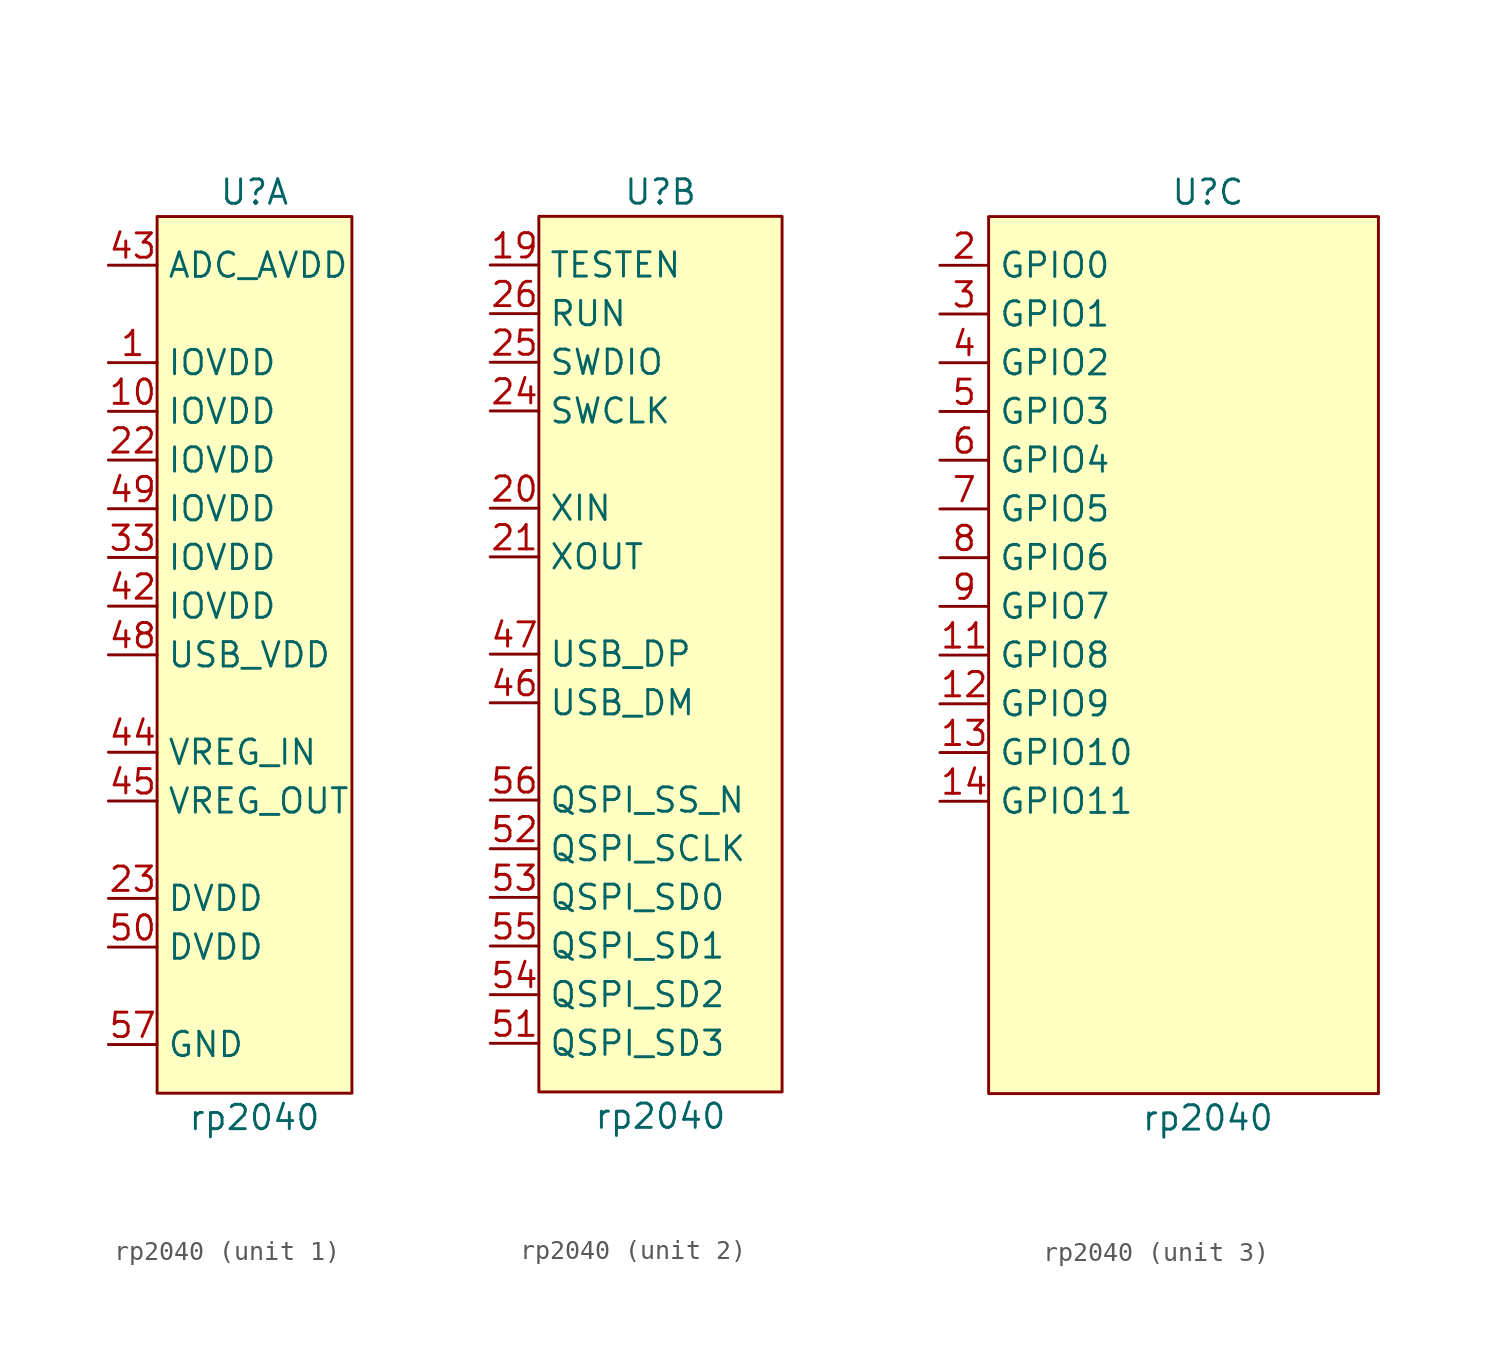
<source format=kicad_sym>
(kicad_symbol_lib
  (version 20211014)
  (generator kicad_symbol_editor)
  (symbol "rp2040"
    (property "Reference" "U"
      (at 0 24.13 0)
      (effects (font (size 1.27 1.27))))
    (property "Value" "rp2040"
      (at 0 -24.13 0)
      (effects (font (size 1.27 1.27))))
    (property "ki_locked" ""
      (at 0 0 0)
      (effects (font (size 1.27 1.27))))
    (symbol "rp2040_1_1"
      (rectangle (start -5.08 22.86) (end 5.08 -22.86) (stroke (width 0) (type default) (color 0 0 0 0)) (fill (type background)))
      (pin power_in line (at -7.62 15.24 0) (length 2.54) (name "IOVDD" (effects (font (size 1.27 1.27)))) (number "1" (effects (font (size 1.27 1.27)))))
      (pin power_in line (at -7.62 12.7 0) (length 2.54) (name "IOVDD" (effects (font (size 1.27 1.27)))) (number "10" (effects (font (size 1.27 1.27)))))
      (pin power_in line (at -7.62 10.16 0) (length 2.54) (name "IOVDD" (effects (font (size 1.27 1.27)))) (number "22" (effects (font (size 1.27 1.27)))))
      (pin power_in line (at -7.62 -12.7 0) (length 2.54) (name "DVDD" (effects (font (size 1.27 1.27)))) (number "23" (effects (font (size 1.27 1.27)))))
      (pin power_in line (at -7.62 5.08 0) (length 2.54) (name "IOVDD" (effects (font (size 1.27 1.27)))) (number "33" (effects (font (size 1.27 1.27)))))
      (pin power_in line (at -7.62 2.54 0) (length 2.54) (name "IOVDD" (effects (font (size 1.27 1.27)))) (number "42" (effects (font (size 1.27 1.27)))))
      (pin power_in line (at -7.62 20.32 0) (length 2.54) (name "ADC_AVDD" (effects (font (size 1.27 1.27)))) (number "43" (effects (font (size 1.27 1.27)))))
      (pin power_in line (at -7.62 -5.08 0) (length 2.54) (name "VREG_IN" (effects (font (size 1.27 1.27)))) (number "44" (effects (font (size 1.27 1.27)))))
      (pin power_out line (at -7.62 -7.62 0) (length 2.54) (name "VREG_OUT" (effects (font (size 1.27 1.27)))) (number "45" (effects (font (size 1.27 1.27)))))
      (pin power_in line (at -7.62 0 0) (length 2.54) (name "USB_VDD" (effects (font (size 1.27 1.27)))) (number "48" (effects (font (size 1.27 1.27)))))
      (pin power_in line (at -7.62 7.62 0) (length 2.54) (name "IOVDD" (effects (font (size 1.27 1.27)))) (number "49" (effects (font (size 1.27 1.27)))))
      (pin power_in line (at -7.62 -15.24 0) (length 2.54) (name "DVDD" (effects (font (size 1.27 1.27)))) (number "50" (effects (font (size 1.27 1.27)))))
      (pin power_in line (at -7.62 -20.32 0) (length 2.54) (name "GND" (effects (font (size 1.27 1.27)))) (number "57" (effects (font (size 1.27 1.27))))))
    (symbol "rp2040_2_1"
      (rectangle (start -6.35 22.86) (end 6.35 -22.86) (stroke (width 0) (type default) (color 0 0 0 0)) (fill (type background)))
      (pin input line (at -8.89 20.32 0) (length 2.54) (name "TESTEN" (effects (font (size 1.27 1.27)))) (number "19" (effects (font (size 1.27 1.27)))))
      (pin input line (at -8.89 7.62 0) (length 2.54) (name "XIN" (effects (font (size 1.27 1.27)))) (number "20" (effects (font (size 1.27 1.27)))))
      (pin output line (at -8.89 5.08 0) (length 2.54) (name "XOUT" (effects (font (size 1.27 1.27)))) (number "21" (effects (font (size 1.27 1.27)))))
      (pin input line (at -8.89 12.7 0) (length 2.54) (name "SWCLK" (effects (font (size 1.27 1.27)))) (number "24" (effects (font (size 1.27 1.27)))))
      (pin bidirectional line (at -8.89 15.24 0) (length 2.54) (name "SWDIO" (effects (font (size 1.27 1.27)))) (number "25" (effects (font (size 1.27 1.27)))))
      (pin input line (at -8.89 17.78 0) (length 2.54) (name "RUN" (effects (font (size 1.27 1.27)))) (number "26" (effects (font (size 1.27 1.27)))))
      (pin bidirectional line (at -8.89 -2.54 0) (length 2.54) (name "USB_DM" (effects (font (size 1.27 1.27)))) (number "46" (effects (font (size 1.27 1.27)))))
      (pin bidirectional line (at -8.89 0 0) (length 2.54) (name "USB_DP" (effects (font (size 1.27 1.27)))) (number "47" (effects (font (size 1.27 1.27)))))
      (pin bidirectional line (at -8.89 -20.32 0) (length 2.54) (name "QSPI_SD3" (effects (font (size 1.27 1.27)))) (number "51" (effects (font (size 1.27 1.27)))))
      (pin output line (at -8.89 -10.16 0) (length 2.54) (name "QSPI_SCLK" (effects (font (size 1.27 1.27)))) (number "52" (effects (font (size 1.27 1.27)))))
      (pin bidirectional line (at -8.89 -12.7 0) (length 2.54) (name "QSPI_SD0" (effects (font (size 1.27 1.27)))) (number "53" (effects (font (size 1.27 1.27)))))
      (pin bidirectional line (at -8.89 -17.78 0) (length 2.54) (name "QSPI_SD2" (effects (font (size 1.27 1.27)))) (number "54" (effects (font (size 1.27 1.27)))))
      (pin bidirectional line (at -8.89 -15.24 0) (length 2.54) (name "QSPI_SD1" (effects (font (size 1.27 1.27)))) (number "55" (effects (font (size 1.27 1.27)))))
      (pin output line (at -8.89 -7.62 0) (length 2.54) (name "QSPI_SS_N" (effects (font (size 1.27 1.27)))) (number "56" (effects (font (size 1.27 1.27))))))
    (symbol "rp2040_3_1"
      (rectangle (start -11.43 22.86) (end 8.89 -22.86) (stroke (width 0) (type default) (color 0 0 0 0)) (fill (type background)))
      (pin bidirectional line (at -13.97 0 0) (length 2.54) (name "GPIO8" (effects (font (size 1.27 1.27)))) (number "11" (effects (font (size 1.27 1.27)))))
      (pin bidirectional line (at -13.97 -2.54 0) (length 2.54) (name "GPIO9" (effects (font (size 1.27 1.27)))) (number "12" (effects (font (size 1.27 1.27)))))
      (pin bidirectional line (at -13.97 -5.08 0) (length 2.54) (name "GPIO10" (effects (font (size 1.27 1.27)))) (number "13" (effects (font (size 1.27 1.27)))))
      (pin bidirectional line (at -13.97 -7.62 0) (length 2.54) (name "GPIO11" (effects (font (size 1.27 1.27)))) (number "14" (effects (font (size 1.27 1.27)))))
      (pin bidirectional line (at -13.97 20.32 0) (length 2.54) (name "GPIO0" (effects (font (size 1.27 1.27)))) (number "2" (effects (font (size 1.27 1.27)))))
      (pin bidirectional line (at -13.97 17.78 0) (length 2.54) (name "GPIO1" (effects (font (size 1.27 1.27)))) (number "3" (effects (font (size 1.27 1.27)))))
      (pin bidirectional line (at -13.97 15.24 0) (length 2.54) (name "GPIO2" (effects (font (size 1.27 1.27)))) (number "4" (effects (font (size 1.27 1.27)))))
      (pin bidirectional line (at -13.97 12.7 0) (length 2.54) (name "GPIO3" (effects (font (size 1.27 1.27)))) (number "5" (effects (font (size 1.27 1.27)))))
      (pin bidirectional line (at -13.97 10.16 0) (length 2.54) (name "GPIO4" (effects (font (size 1.27 1.27)))) (number "6" (effects (font (size 1.27 1.27)))))
      (pin bidirectional line (at -13.97 7.62 0) (length 2.54) (name "GPIO5" (effects (font (size 1.27 1.27)))) (number "7" (effects (font (size 1.27 1.27)))))
      (pin bidirectional line (at -13.97 5.08 0) (length 2.54) (name "GPIO6" (effects (font (size 1.27 1.27)))) (number "8" (effects (font (size 1.27 1.27)))))
      (pin bidirectional line (at -13.97 2.54 0) (length 2.54) (name "GPIO7" (effects (font (size 1.27 1.27)))) (number "9" (effects (font (size 1.27 1.27))))))))
</source>
